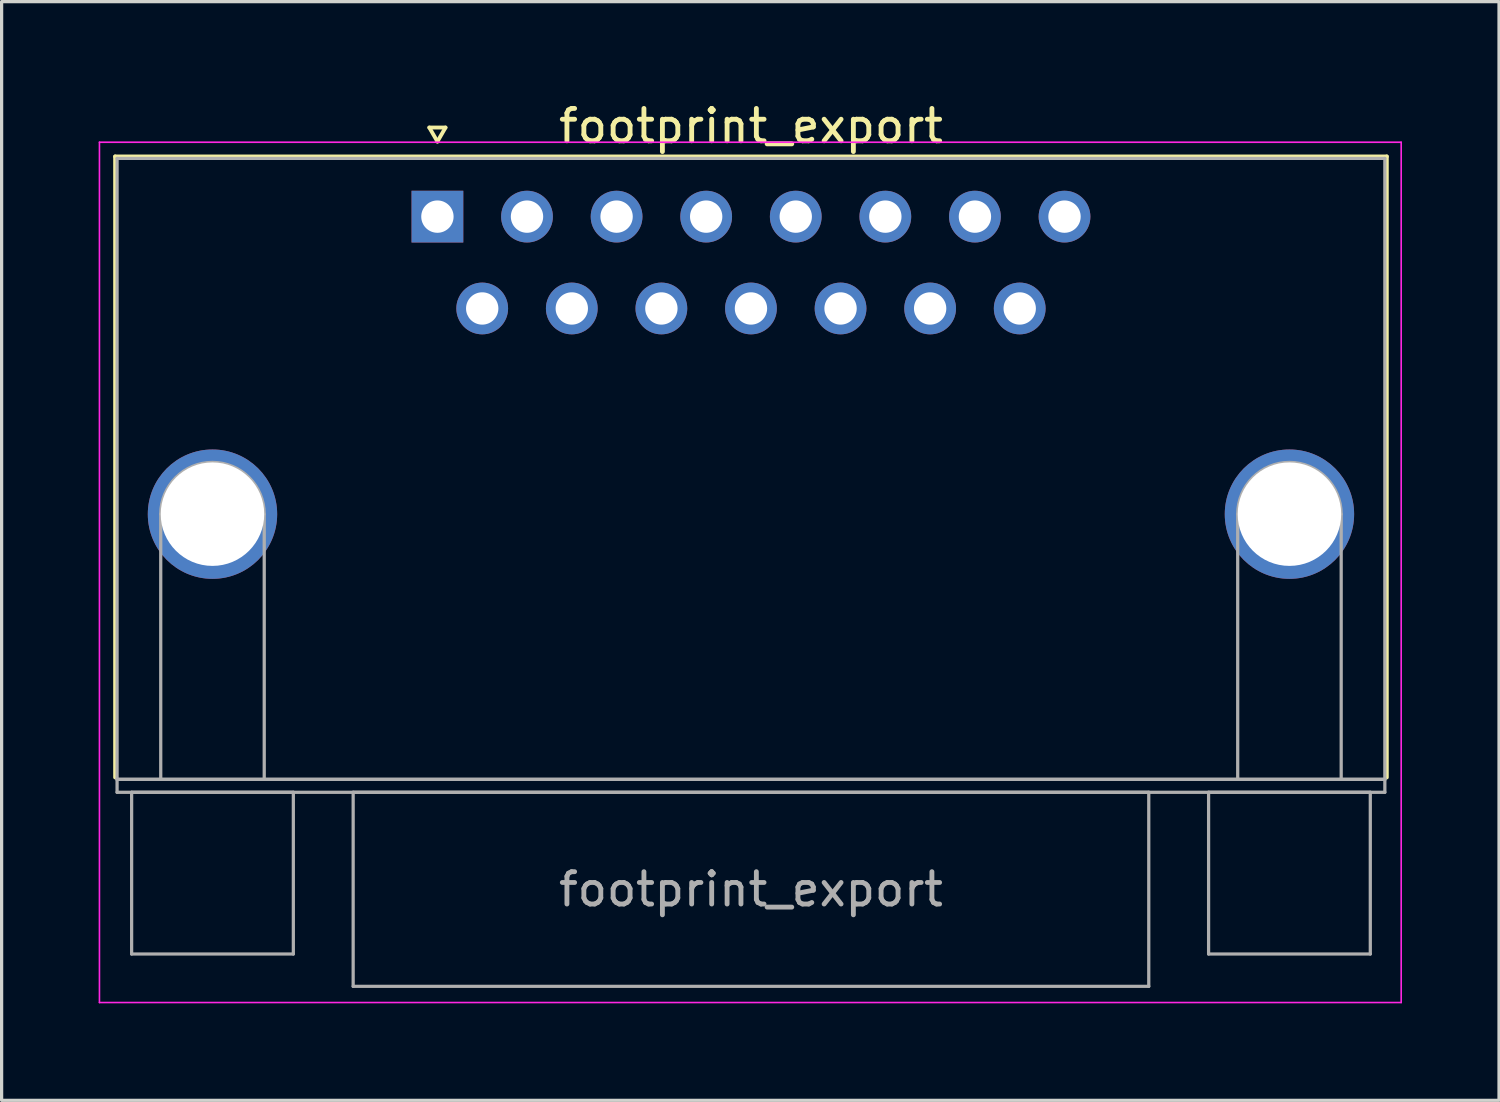
<source format=kicad_pcb>
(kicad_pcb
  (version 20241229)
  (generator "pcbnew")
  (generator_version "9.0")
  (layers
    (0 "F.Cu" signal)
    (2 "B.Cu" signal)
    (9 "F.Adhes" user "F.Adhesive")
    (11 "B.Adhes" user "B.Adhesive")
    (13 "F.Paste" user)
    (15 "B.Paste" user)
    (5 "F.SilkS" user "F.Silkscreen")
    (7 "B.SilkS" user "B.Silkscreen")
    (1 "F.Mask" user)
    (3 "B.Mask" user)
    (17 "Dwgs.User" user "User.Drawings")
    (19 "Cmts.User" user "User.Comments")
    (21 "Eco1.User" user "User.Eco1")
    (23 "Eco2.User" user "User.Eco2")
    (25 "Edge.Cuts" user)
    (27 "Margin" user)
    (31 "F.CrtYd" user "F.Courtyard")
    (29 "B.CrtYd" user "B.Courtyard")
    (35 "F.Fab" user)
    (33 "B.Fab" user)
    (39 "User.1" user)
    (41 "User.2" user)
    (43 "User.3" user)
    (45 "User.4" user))
  (footprint "footprint_export"
    (layer "F.Cu")
    (at 10.475 3.648)
    (property "Reference" "footprint_export" (at 9.695 -2.8 0) (layer "F.SilkS") (effects (font (size 1 1) (thickness 0.15))))
    (attr through_hole)
    (fp_line (start -9.965 -1.86) (end 29.355 -1.86) (stroke (width 0.12) (type solid)) (layer "F.SilkS"))
    (fp_line (start -9.965 17.34) (end -9.965 -1.86) (stroke (width 0.12) (type solid)) (layer "F.SilkS"))
    (fp_line (start -0.25 -2.754) (end 0.25 -2.754) (stroke (width 0.12) (type solid)) (layer "F.SilkS"))
    (fp_line (start 0 -2.321) (end -0.25 -2.754) (stroke (width 0.12) (type solid)) (layer "F.SilkS"))
    (fp_line (start 0.25 -2.754) (end 0 -2.321) (stroke (width 0.12) (type solid)) (layer "F.SilkS"))
    (fp_line (start 29.355 -1.86) (end 29.355 17.34) (stroke (width 0.12) (type solid)) (layer "F.SilkS"))
    (fp_line (start -10.45 -2.3) (end -10.45 24.3) (stroke (width 0.05) (type solid)) (layer "F.CrtYd"))
    (fp_line (start -10.45 24.3) (end 29.8 24.3) (stroke (width 0.05) (type solid)) (layer "F.CrtYd"))
    (fp_line (start 29.8 -2.3) (end -10.45 -2.3) (stroke (width 0.05) (type solid)) (layer "F.CrtYd"))
    (fp_line (start 29.8 24.3) (end 29.8 -2.3) (stroke (width 0.05) (type solid)) (layer "F.CrtYd"))
    (fp_line (start -9.905 -1.8) (end -9.905 17.4) (stroke (width 0.1) (type solid)) (layer "F.Fab"))
    (fp_line (start -9.905 17.4) (end -9.905 17.8) (stroke (width 0.1) (type solid)) (layer "F.Fab"))
    (fp_line (start -9.905 17.4) (end 29.295 17.4) (stroke (width 0.1) (type solid)) (layer "F.Fab"))
    (fp_line (start -9.905 17.8) (end 29.295 17.8) (stroke (width 0.1) (type solid)) (layer "F.Fab"))
    (fp_line (start -9.455 17.8) (end -9.455 22.8) (stroke (width 0.1) (type solid)) (layer "F.Fab"))
    (fp_line (start -9.455 22.8) (end -4.455 22.8) (stroke (width 0.1) (type solid)) (layer "F.Fab"))
    (fp_line (start -8.555 17.4) (end -8.555 9.2) (stroke (width 0.1) (type solid)) (layer "F.Fab"))
    (fp_line (start -5.355 17.4) (end -5.355 9.2) (stroke (width 0.1) (type solid)) (layer "F.Fab"))
    (fp_line (start -4.455 17.8) (end -9.455 17.8) (stroke (width 0.1) (type solid)) (layer "F.Fab"))
    (fp_line (start -4.455 22.8) (end -4.455 17.8) (stroke (width 0.1) (type solid)) (layer "F.Fab"))
    (fp_line (start -2.605 17.8) (end -2.605 23.8) (stroke (width 0.1) (type solid)) (layer "F.Fab"))
    (fp_line (start -2.605 23.8) (end 21.995 23.8) (stroke (width 0.1) (type solid)) (layer "F.Fab"))
    (fp_line (start 21.995 17.8) (end -2.605 17.8) (stroke (width 0.1) (type solid)) (layer "F.Fab"))
    (fp_line (start 21.995 23.8) (end 21.995 17.8) (stroke (width 0.1) (type solid)) (layer "F.Fab"))
    (fp_line (start 23.845 17.8) (end 23.845 22.8) (stroke (width 0.1) (type solid)) (layer "F.Fab"))
    (fp_line (start 23.845 22.8) (end 28.845 22.8) (stroke (width 0.1) (type solid)) (layer "F.Fab"))
    (fp_line (start 24.745 17.4) (end 24.745 9.2) (stroke (width 0.1) (type solid)) (layer "F.Fab"))
    (fp_line (start 27.945 17.4) (end 27.945 9.2) (stroke (width 0.1) (type solid)) (layer "F.Fab"))
    (fp_line (start 28.845 17.8) (end 23.845 17.8) (stroke (width 0.1) (type solid)) (layer "F.Fab"))
    (fp_line (start 28.845 22.8) (end 28.845 17.8) (stroke (width 0.1) (type solid)) (layer "F.Fab"))
    (fp_line (start 29.295 -1.8) (end -9.905 -1.8) (stroke (width 0.1) (type solid)) (layer "F.Fab"))
    (fp_line (start 29.295 17.4) (end -9.905 17.4) (stroke (width 0.1) (type solid)) (layer "F.Fab"))
    (fp_line (start 29.295 17.4) (end 29.295 -1.8) (stroke (width 0.1) (type solid)) (layer "F.Fab"))
    (fp_line (start 29.295 17.8) (end 29.295 17.4) (stroke (width 0.1) (type solid)) (layer "F.Fab"))
    (fp_arc (start -8.555 9.2) (mid -6.955 7.6) (end -5.355 9.2) (stroke (width 0.1) (type solid)) (layer "F.Fab"))
    (fp_arc (start 24.745 9.2) (mid 26.345 7.6) (end 27.945 9.2) (stroke (width 0.1) (type solid)) (layer "F.Fab"))
    (fp_text user "${REFERENCE}" (at 9.695 20.8 0) (layer "F.Fab") (effects (font (size 1 1) (thickness 0.15))))
    (pad "0" thru_hole circle (at -6.955 9.2) (size 4 4) (drill 3.2) (layers "*.Cu" "*.Mask"))
    (pad "0" thru_hole circle (at 26.345 9.2) (size 4 4) (drill 3.2) (layers "*.Cu" "*.Mask"))
    (pad "1" thru_hole rect (at 0 0) (size 1.6 1.6) (drill 1) (layers "*.Cu" "*.Mask"))
    (pad "2" thru_hole circle (at 2.77 0) (size 1.6 1.6) (drill 1) (layers "*.Cu" "*.Mask"))
    (pad "3" thru_hole circle (at 5.54 0) (size 1.6 1.6) (drill 1) (layers "*.Cu" "*.Mask"))
    (pad "4" thru_hole circle (at 8.31 0) (size 1.6 1.6) (drill 1) (layers "*.Cu" "*.Mask"))
    (pad "5" thru_hole circle (at 11.08 0) (size 1.6 1.6) (drill 1) (layers "*.Cu" "*.Mask"))
    (pad "6" thru_hole circle (at 13.85 0) (size 1.6 1.6) (drill 1) (layers "*.Cu" "*.Mask"))
    (pad "7" thru_hole circle (at 16.62 0) (size 1.6 1.6) (drill 1) (layers "*.Cu" "*.Mask"))
    (pad "8" thru_hole circle (at 19.39 0) (size 1.6 1.6) (drill 1) (layers "*.Cu" "*.Mask"))
    (pad "9" thru_hole circle (at 1.385 2.84) (size 1.6 1.6) (drill 1) (layers "*.Cu" "*.Mask"))
    (pad "10" thru_hole circle (at 4.155 2.84) (size 1.6 1.6) (drill 1) (layers "*.Cu" "*.Mask"))
    (pad "11" thru_hole circle (at 6.925 2.84) (size 1.6 1.6) (drill 1) (layers "*.Cu" "*.Mask"))
    (pad "12" thru_hole circle (at 9.695 2.84) (size 1.6 1.6) (drill 1) (layers "*.Cu" "*.Mask"))
    (pad "13" thru_hole circle (at 12.465 2.84) (size 1.6 1.6) (drill 1) (layers "*.Cu" "*.Mask"))
    (pad "14" thru_hole circle (at 15.235 2.84) (size 1.6 1.6) (drill 1) (layers "*.Cu" "*.Mask"))
    (pad "15" thru_hole circle (at 18.005 2.84) (size 1.6 1.6) (drill 1) (layers "*.Cu" "*.Mask")))
  (gr_rect
    (start -3 -3)
    (end 43.3 30.973)
    (stroke (width 0.1) (type default))
    (fill no)
    (layer "Edge.Cuts")))
</source>
